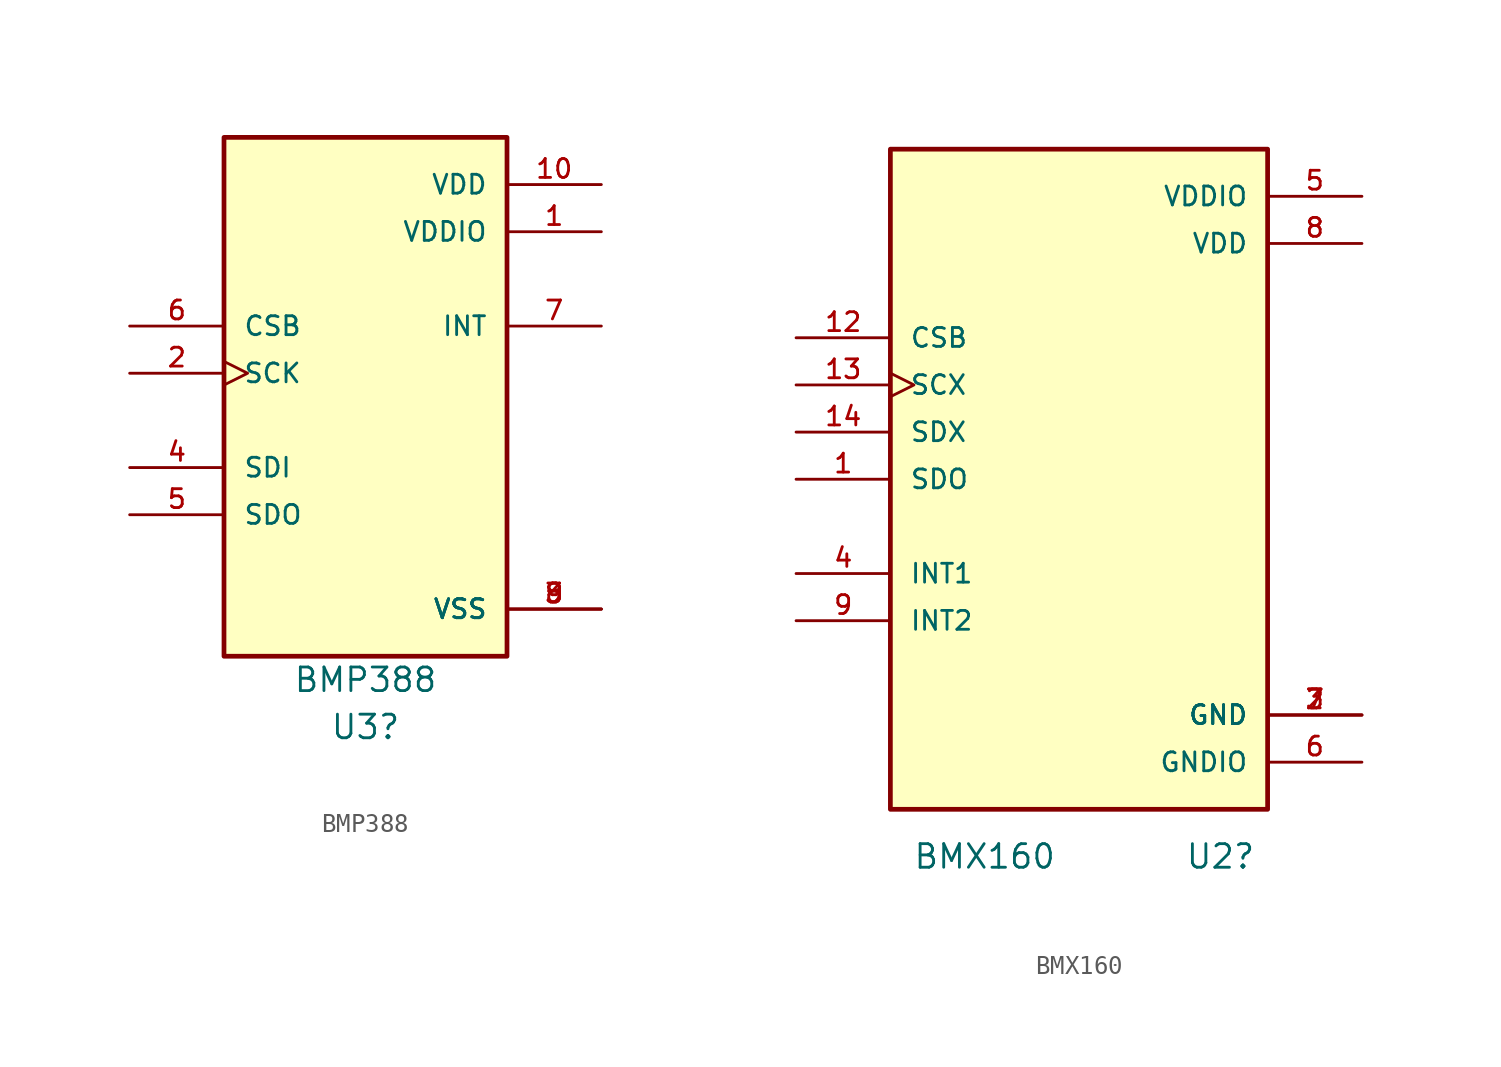
<source format=kicad_sym>
(kicad_symbol_lib
  (version 20230620)
  (generator kicad_symbol_editor)
  (symbol "BMP388"
    (pin_names
      (offset 1.016))
    (property "Reference" "U3"
      (at 0 -16.51 0)
      (effects (font (size 1.27 1.27))))
    (property "Value" "BMP388"
      (at 0 -13.97 0)
      (effects (font (size 1.27 1.27))))
    (symbol "BMP388_0_0"
      (rectangle (start -7.62 -12.7) (end 7.62 15.24) (stroke (width 0.254) (type default)) (fill (type background)))
      (pin power_in line (at 12.7 10.16 180) (length 5.08) (name "VDDIO" (effects (font (size 1.016 1.016)))) (number "1" (effects (font (size 1.016 1.016)))))
      (pin power_in line (at 12.7 12.7 180) (length 5.08) (name "VDD" (effects (font (size 1.016 1.016)))) (number "10" (effects (font (size 1.016 1.016)))))
      (pin input clock (at -12.7 2.54 0) (length 5.08) (name "SCK" (effects (font (size 1.016 1.016)))) (number "2" (effects (font (size 1.016 1.016)))))
      (pin power_in line (at 12.7 -10.16 180) (length 5.08) (name "VSS" (effects (font (size 1.016 1.016)))) (number "3" (effects (font (size 1.016 1.016)))))
      (pin bidirectional line (at -12.7 -2.54 0) (length 5.08) (name "SDI" (effects (font (size 1.016 1.016)))) (number "4" (effects (font (size 1.016 1.016)))))
      (pin bidirectional line (at -12.7 -5.08 0) (length 5.08) (name "SDO" (effects (font (size 1.016 1.016)))) (number "5" (effects (font (size 1.016 1.016)))))
      (pin input line (at -12.7 5.08 0) (length 5.08) (name "CSB" (effects (font (size 1.016 1.016)))) (number "6" (effects (font (size 1.016 1.016)))))
      (pin output line (at 12.7 5.08 180) (length 5.08) (name "INT" (effects (font (size 1.016 1.016)))) (number "7" (effects (font (size 1.016 1.016)))))
      (pin power_in line (at 12.7 -10.16 180) (length 5.08) (name "VSS" (effects (font (size 1.016 1.016)))) (number "8" (effects (font (size 1.016 1.016)))))
      (pin power_in line (at 12.7 -10.16 180) (length 5.08) (name "VSS" (effects (font (size 1.016 1.016)))) (number "9" (effects (font (size 1.016 1.016)))))))
  (symbol "BMX160"
    (pin_names
      (offset 1.016))
    (property "Reference" "U2"
      (at 7.62 -20.32 0)
      (effects (font (size 1.27 1.27))))
    (property "Value" "BMX160"
      (at -5.08 -20.32 0)
      (effects (font (size 1.27 1.27))))
    (symbol "BMX160_0_0"
      (rectangle (start -10.16 -17.78) (end 10.16 17.78) (stroke (width 0.254) (type default)) (fill (type background)))
      (pin bidirectional line (at -15.24 0 0) (length 5.08) (name "SDO" (effects (font (size 1.016 1.016)))) (number "1" (effects (font (size 1.016 1.016)))))
      (pin input line (at -15.24 7.62 0) (length 5.08) (name "CSB" (effects (font (size 1.016 1.016)))) (number "12" (effects (font (size 1.016 1.016)))))
      (pin input clock (at -15.24 5.08 0) (length 5.08) (name "SCX" (effects (font (size 1.016 1.016)))) (number "13" (effects (font (size 1.016 1.016)))))
      (pin bidirectional line (at -15.24 2.54 0) (length 5.08) (name "SDX" (effects (font (size 1.016 1.016)))) (number "14" (effects (font (size 1.016 1.016)))))
      (pin power_in line (at 15.24 -12.7 180) (length 5.08) (name "GND" (effects (font (size 1.016 1.016)))) (number "2" (effects (font (size 1.016 1.016)))))
      (pin power_in line (at 15.24 -12.7 180) (length 5.08) (name "GND" (effects (font (size 1.016 1.016)))) (number "3" (effects (font (size 1.016 1.016)))))
      (pin bidirectional line (at -15.24 -5.08 0) (length 5.08) (name "INT1" (effects (font (size 1.016 1.016)))) (number "4" (effects (font (size 1.016 1.016)))))
      (pin power_in line (at 15.24 15.24 180) (length 5.08) (name "VDDIO" (effects (font (size 1.016 1.016)))) (number "5" (effects (font (size 1.016 1.016)))))
      (pin power_in line (at 15.24 -15.24 180) (length 5.08) (name "GNDIO" (effects (font (size 1.016 1.016)))) (number "6" (effects (font (size 1.016 1.016)))))
      (pin power_in line (at 15.24 -12.7 180) (length 5.08) (name "GND" (effects (font (size 1.016 1.016)))) (number "7" (effects (font (size 1.016 1.016)))))
      (pin power_in line (at 15.24 12.7 180) (length 5.08) (name "VDD" (effects (font (size 1.016 1.016)))) (number "8" (effects (font (size 1.016 1.016)))))
      (pin bidirectional line (at -15.24 -7.62 0) (length 5.08) (name "INT2" (effects (font (size 1.016 1.016)))) (number "9" (effects (font (size 1.016 1.016))))))))
</source>
